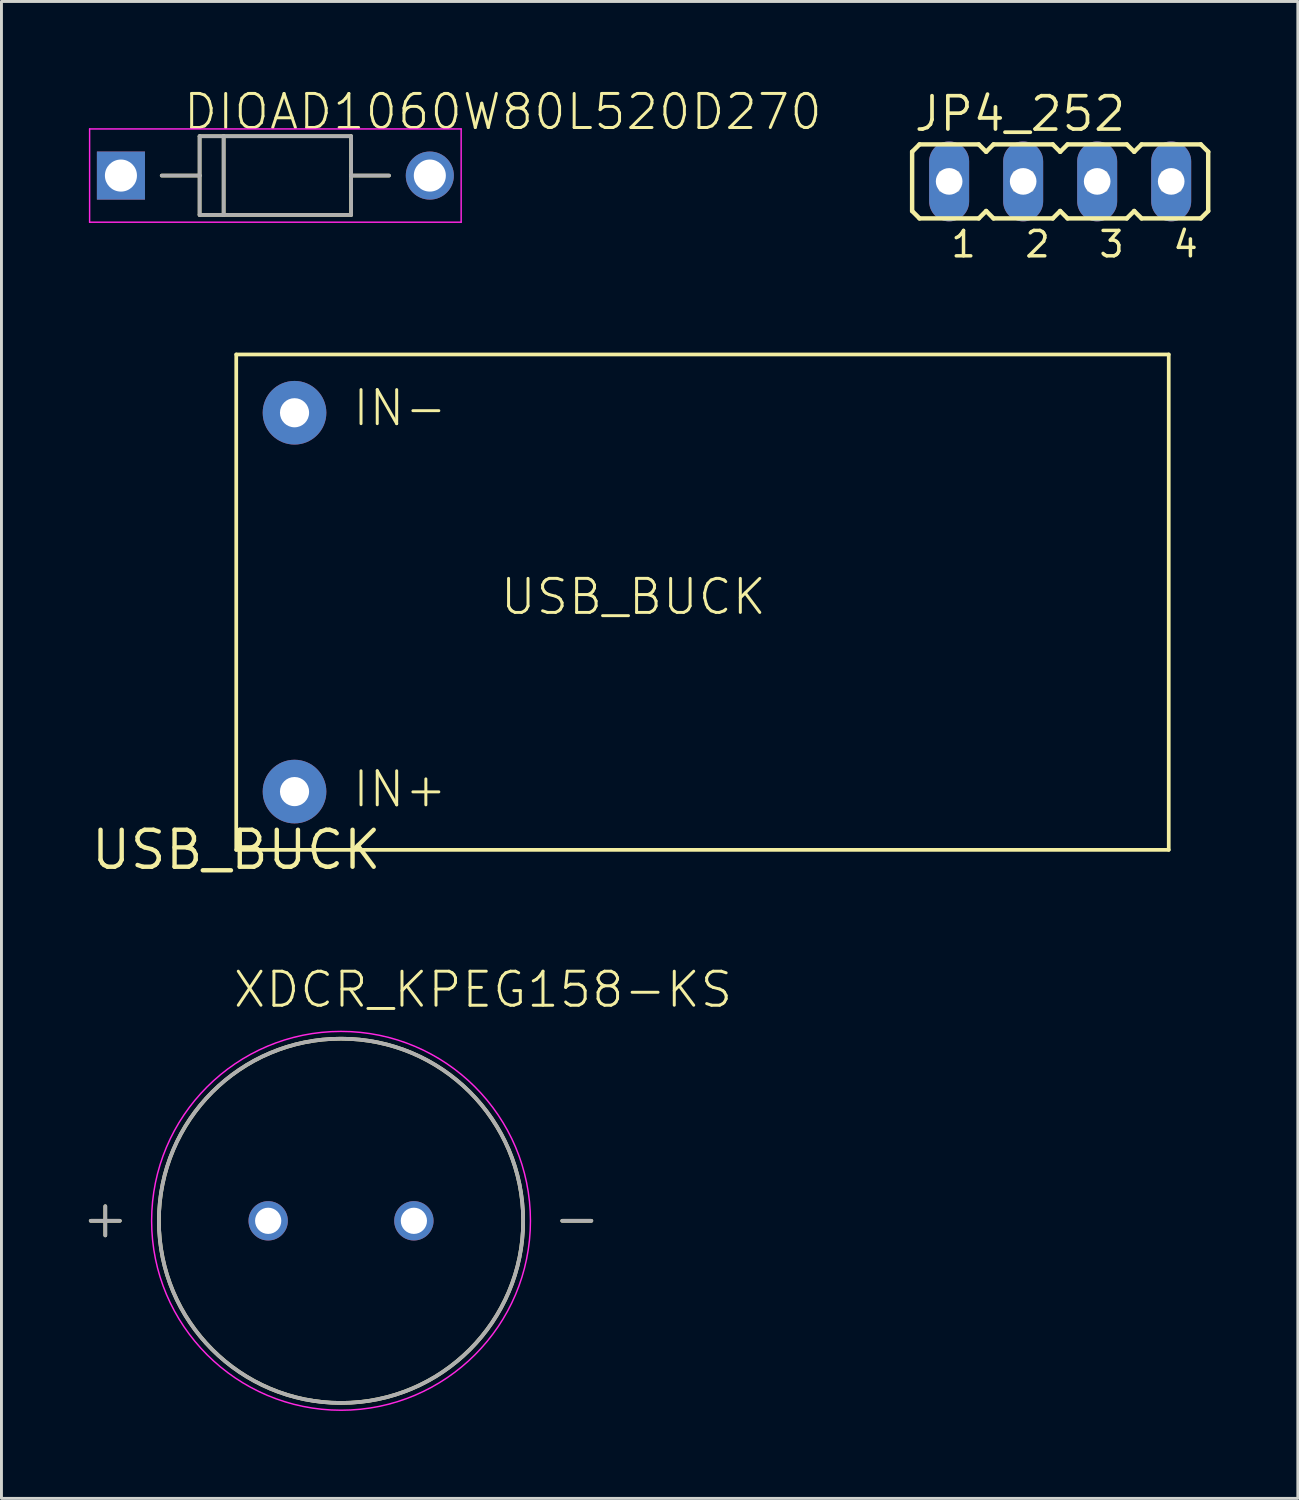
<source format=kicad_pcb>
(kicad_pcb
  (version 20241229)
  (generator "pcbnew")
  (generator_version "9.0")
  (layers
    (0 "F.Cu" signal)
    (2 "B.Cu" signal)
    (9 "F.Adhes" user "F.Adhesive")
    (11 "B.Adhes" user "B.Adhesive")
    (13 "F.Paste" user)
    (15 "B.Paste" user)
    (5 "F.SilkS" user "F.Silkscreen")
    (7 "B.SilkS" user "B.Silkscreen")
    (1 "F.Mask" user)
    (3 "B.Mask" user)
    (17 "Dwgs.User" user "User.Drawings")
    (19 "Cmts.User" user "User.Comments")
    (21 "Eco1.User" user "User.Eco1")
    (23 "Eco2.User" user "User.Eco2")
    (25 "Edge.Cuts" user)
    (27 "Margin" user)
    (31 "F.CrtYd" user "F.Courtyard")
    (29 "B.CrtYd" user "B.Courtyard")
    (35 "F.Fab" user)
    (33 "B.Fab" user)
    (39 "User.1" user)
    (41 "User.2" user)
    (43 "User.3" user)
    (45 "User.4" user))
  (footprint "DIOAD1060W80L520D270"
    (layer "F.Cu")
    (at 6.4 2.975)
    (property "Reference" "DIOAD1060W80L520D270" (at -3.218 -1.502 0) (unlocked yes) (layer "F.SilkS") (effects (font (size 1.168 1.168) (thickness 0.102)) (justify left bottom)))
    (fp_line (start -2.6 -1.35) (end -2.6 0) (stroke (width 0.127) (type solid)) (layer "F.SilkS"))
    (fp_line (start -2.6 0) (end -3.9 0) (stroke (width 0.127) (type solid)) (layer "F.SilkS"))
    (fp_line (start -2.6 0) (end -2.6 1.35) (stroke (width 0.127) (type solid)) (layer "F.SilkS"))
    (fp_line (start -2.6 1.35) (end -1.775 1.35) (stroke (width 0.127) (type solid)) (layer "F.SilkS"))
    (fp_line (start -1.775 -1.35) (end -2.6 -1.35) (stroke (width 0.127) (type solid)) (layer "F.SilkS"))
    (fp_line (start -1.775 1.35) (end -1.775 -1.35) (stroke (width 0.127) (type solid)) (layer "F.SilkS"))
    (fp_line (start -1.775 1.35) (end 2.6 1.35) (stroke (width 0.127) (type solid)) (layer "F.SilkS"))
    (fp_line (start 2.6 -1.35) (end -1.775 -1.35) (stroke (width 0.127) (type solid)) (layer "F.SilkS"))
    (fp_line (start 2.6 0) (end 2.6 -1.35) (stroke (width 0.127) (type solid)) (layer "F.SilkS"))
    (fp_line (start 2.6 0) (end 3.9 0) (stroke (width 0.127) (type solid)) (layer "F.SilkS"))
    (fp_line (start 2.6 1.35) (end 2.6 0) (stroke (width 0.127) (type solid)) (layer "F.SilkS"))
    (fp_line (start -6.375 -1.6) (end -6.375 1.6) (stroke (width 0.05) (type solid)) (layer "F.CrtYd"))
    (fp_line (start -6.375 1.6) (end 6.375 1.6) (stroke (width 0.05) (type solid)) (layer "F.CrtYd"))
    (fp_line (start 6.375 -1.6) (end -6.375 -1.6) (stroke (width 0.05) (type solid)) (layer "F.CrtYd"))
    (fp_line (start 6.375 1.6) (end 6.375 -1.6) (stroke (width 0.05) (type solid)) (layer "F.CrtYd"))
    (fp_line (start -2.6 -1.35) (end -2.6 0) (stroke (width 0.127) (type solid)) (layer "F.Fab"))
    (fp_line (start -2.6 0) (end -3.9 0) (stroke (width 0.127) (type solid)) (layer "F.Fab"))
    (fp_line (start -2.6 0) (end -2.6 1.35) (stroke (width 0.127) (type solid)) (layer "F.Fab"))
    (fp_line (start -2.6 1.35) (end -1.775 1.35) (stroke (width 0.127) (type solid)) (layer "F.Fab"))
    (fp_line (start -1.775 -1.35) (end -2.6 -1.35) (stroke (width 0.127) (type solid)) (layer "F.Fab"))
    (fp_line (start -1.775 1.35) (end -1.775 -1.35) (stroke (width 0.127) (type solid)) (layer "F.Fab"))
    (fp_line (start -1.775 1.35) (end 2.6 1.35) (stroke (width 0.127) (type solid)) (layer "F.Fab"))
    (fp_line (start 2.6 -1.35) (end -1.775 -1.35) (stroke (width 0.127) (type solid)) (layer "F.Fab"))
    (fp_line (start 2.6 0) (end 2.6 -1.35) (stroke (width 0.127) (type solid)) (layer "F.Fab"))
    (fp_line (start 2.6 0) (end 3.9 0) (stroke (width 0.127) (type solid)) (layer "F.Fab"))
    (fp_line (start 2.6 1.35) (end 2.6 0) (stroke (width 0.127) (type solid)) (layer "F.Fab"))
    (pad "A" thru_hole circle (at 5.3 0 180) (size 1.65 1.65) (drill 1.1) (layers "*.Cu" "*.Mask"))
    (pad "C" thru_hole rect (at -5.3 0 180) (size 1.65 1.65) (drill 1.1) (layers "*.Cu" "*.Mask")))
  (footprint "JP4_252"
    (layer "F.Cu")
    (at 33.331 3.175)
    (property "Reference" "JP4_252" (at -5.08 -1.651 0) (unlocked yes) (layer "F.SilkS") (effects (font (size 1.143 1.143) (thickness 0.127)) (justify left bottom)))
    (fp_line (start -5.08 -1.016) (end -4.826 -1.27) (stroke (width 0.152) (type solid)) (layer "F.SilkS"))
    (fp_line (start -5.08 1.016) (end -5.08 -1.016) (stroke (width 0.152) (type solid)) (layer "F.SilkS"))
    (fp_line (start -5.08 1.016) (end -4.826 1.27) (stroke (width 0.152) (type solid)) (layer "F.SilkS"))
    (fp_line (start -2.794 -1.27) (end -4.826 -1.27) (stroke (width 0.152) (type solid)) (layer "F.SilkS"))
    (fp_line (start -2.794 -1.27) (end -2.54 -1.016) (stroke (width 0.152) (type solid)) (layer "F.SilkS"))
    (fp_line (start -2.794 1.27) (end -4.826 1.27) (stroke (width 0.152) (type solid)) (layer "F.SilkS"))
    (fp_line (start -2.794 1.27) (end -2.54 1.016) (stroke (width 0.152) (type solid)) (layer "F.SilkS"))
    (fp_line (start -2.54 -1.016) (end -2.286 -1.27) (stroke (width 0.152) (type solid)) (layer "F.SilkS"))
    (fp_line (start -2.54 1.016) (end -2.286 1.27) (stroke (width 0.152) (type solid)) (layer "F.SilkS"))
    (fp_line (start -0.254 -1.27) (end -2.286 -1.27) (stroke (width 0.152) (type solid)) (layer "F.SilkS"))
    (fp_line (start -0.254 -1.27) (end 0 -1.016) (stroke (width 0.152) (type solid)) (layer "F.SilkS"))
    (fp_line (start -0.254 1.27) (end -2.286 1.27) (stroke (width 0.152) (type solid)) (layer "F.SilkS"))
    (fp_line (start -0.254 1.27) (end 0 1.016) (stroke (width 0.152) (type solid)) (layer "F.SilkS"))
    (fp_line (start 0 -1.016) (end 0.254 -1.27) (stroke (width 0.152) (type solid)) (layer "F.SilkS"))
    (fp_line (start 0 1.016) (end 0.254 1.27) (stroke (width 0.152) (type solid)) (layer "F.SilkS"))
    (fp_line (start 2.286 -1.27) (end 0.254 -1.27) (stroke (width 0.152) (type solid)) (layer "F.SilkS"))
    (fp_line (start 2.286 -1.27) (end 2.54 -1.016) (stroke (width 0.152) (type solid)) (layer "F.SilkS"))
    (fp_line (start 2.286 1.27) (end 0.254 1.27) (stroke (width 0.152) (type solid)) (layer "F.SilkS"))
    (fp_line (start 2.286 1.27) (end 2.54 1.016) (stroke (width 0.152) (type solid)) (layer "F.SilkS"))
    (fp_line (start 2.54 -1.016) (end 2.794 -1.27) (stroke (width 0.152) (type solid)) (layer "F.SilkS"))
    (fp_line (start 2.54 1.016) (end 2.794 1.27) (stroke (width 0.152) (type solid)) (layer "F.SilkS"))
    (fp_line (start 4.826 -1.27) (end 2.794 -1.27) (stroke (width 0.152) (type solid)) (layer "F.SilkS"))
    (fp_line (start 4.826 -1.27) (end 5.08 -1.016) (stroke (width 0.152) (type solid)) (layer "F.SilkS"))
    (fp_line (start 4.826 1.27) (end 2.794 1.27) (stroke (width 0.152) (type solid)) (layer "F.SilkS"))
    (fp_line (start 4.826 1.27) (end 5.08 1.016) (stroke (width 0.152) (type solid)) (layer "F.SilkS"))
    (fp_line (start 5.08 -1.016) (end 5.08 1.016) (stroke (width 0.152) (type solid)) (layer "F.SilkS"))
    (fp_poly (pts (xy -4.115 0.305) (xy -3.505 0.305) (xy -3.505 -0.305) (xy -4.115 -0.305)) (stroke (width 0.1) (type default)) (fill no) (layer "F.Fab"))
    (fp_poly (pts (xy -1.575 0.305) (xy -0.965 0.305) (xy -0.965 -0.305) (xy -1.575 -0.305)) (stroke (width 0.1) (type default)) (fill no) (layer "F.Fab"))
    (fp_poly (pts (xy 0.965 0.305) (xy 1.575 0.305) (xy 1.575 -0.305) (xy 0.965 -0.305)) (stroke (width 0.1) (type default)) (fill no) (layer "F.Fab"))
    (fp_poly (pts (xy 3.505 0.305) (xy 4.115 0.305) (xy 4.115 -0.305) (xy 3.505 -0.305)) (stroke (width 0.1) (type default)) (fill no) (layer "F.Fab"))
    (fp_text user "1" (at -3.81 2.667 0) (unlocked yes) (layer "F.SilkS") (effects (font (size 0.872 0.872) (thickness 0.119)) (justify left bottom)))
    (fp_text user "3" (at 1.27 2.667 0) (unlocked yes) (layer "F.SilkS") (effects (font (size 0.872 0.872) (thickness 0.119)) (justify left bottom)))
    (fp_text user "2" (at -1.27 2.667 0) (unlocked yes) (layer "F.SilkS") (effects (font (size 0.872 0.872) (thickness 0.119)) (justify left bottom)))
    (fp_text user "4" (at 3.81 2.667 0) (unlocked yes) (layer "F.SilkS") (effects (font (size 0.872 0.872) (thickness 0.119)) (justify left bottom)))
    (pad "1" thru_hole oval (at -3.81 0 90) (size 2.743 1.372) (drill 0.914) (layers "*.Cu" "*.Mask"))
    (pad "2" thru_hole oval (at -1.27 0 90) (size 2.743 1.372) (drill 0.914) (layers "*.Cu" "*.Mask"))
    (pad "3" thru_hole oval (at 1.27 0 90) (size 2.743 1.372) (drill 0.914) (layers "*.Cu" "*.Mask"))
    (pad "4" thru_hole oval (at 3.81 0 90) (size 2.743 1.372) (drill 0.914) (layers "*.Cu" "*.Mask")))
  (footprint "USB_BUCK"
    (layer "F.Cu")
    (at 5.057 26.114)
    (property "Reference" "USB_BUCK" (at 0 0 0) (layer "F.SilkS") (effects (font (size 1.27 1.27) (thickness 0.15))))
    (fp_line (start 0 -17) (end 32 -17) (stroke (width 0.127) (type solid)) (layer "F.SilkS"))
    (fp_line (start 0 0) (end 0 -17) (stroke (width 0.127) (type solid)) (layer "F.SilkS"))
    (fp_line (start 32 -17) (end 32 0) (stroke (width 0.127) (type solid)) (layer "F.SilkS"))
    (fp_line (start 32 0) (end 0 0) (stroke (width 0.127) (type solid)) (layer "F.SilkS"))
    (fp_text user "IN-" (at 3.937 -14.478 0) (unlocked yes) (layer "F.SilkS") (effects (font (size 1.168 1.168) (thickness 0.102)) (justify left bottom)))
    (fp_text user "USB_BUCK" (at 9 -8 0) (unlocked yes) (layer "F.SilkS") (effects (font (size 1.168 1.168) (thickness 0.102)) (justify left bottom)))
    (fp_text user "IN+" (at 3.937 -1.397 0) (unlocked yes) (layer "F.SilkS") (effects (font (size 1.168 1.168) (thickness 0.102)) (justify left bottom)))
    (pad "IN+" thru_hole circle (at 2 -2) (size 2.184 2.184) (drill 1) (layers "*.Cu" "*.Mask"))
    (pad "IN-" thru_hole circle (at 2 -15) (size 2.184 2.184) (drill 1) (layers "*.Cu" "*.Mask")))
  (footprint "XDCR_KPEG158-KS"
    (layer "F.Cu")
    (at 8.653 38.844)
    (property "Reference" "XDCR_KPEG158-KS" (at -3.76 -7.25 0) (unlocked yes) (layer "F.SilkS") (effects (font (size 1.168 1.168) (thickness 0.102)) (justify left bottom)))
    (fp_line (start -8.59 0) (end -7.59 0) (stroke (width 0.127) (type solid)) (layer "F.SilkS"))
    (fp_line (start -8.09 -0.5) (end -8.09 0.5) (stroke (width 0.127) (type solid)) (layer "F.SilkS"))
    (fp_line (start 7.59 0) (end 8.59 0) (stroke (width 0.127) (type solid)) (layer "F.SilkS"))
    (fp_circle (center 0 0) (end 6.25 0) (stroke (width 0.127) (type solid)) (fill no) (layer "F.SilkS"))
    (fp_circle (center 0 0) (end 6.5 0) (stroke (width 0.05) (type solid)) (fill no) (layer "F.CrtYd"))
    (fp_line (start -8.59 0) (end -7.59 0) (stroke (width 0.127) (type solid)) (layer "F.Fab"))
    (fp_line (start -8.09 -0.5) (end -8.09 0.5) (stroke (width 0.127) (type solid)) (layer "F.Fab"))
    (fp_line (start 7.59 0) (end 8.59 0) (stroke (width 0.127) (type solid)) (layer "F.Fab"))
    (fp_circle (center 0 0) (end 6.25 0) (stroke (width 0.127) (type solid)) (fill no) (layer "F.Fab"))
    (pad "N" thru_hole circle (at 2.5 0) (size 1.35 1.35) (drill 0.9) (layers "*.Cu" "*.Mask"))
    (pad "P" thru_hole circle (at -2.5 0) (size 1.35 1.35) (drill 0.9) (layers "*.Cu" "*.Mask")))
  (gr_rect
    (start -3 -3)
    (end 41.487 48.369)
    (stroke (width 0.1) (type default))
    (fill no)
    (layer "Edge.Cuts")))
</source>
